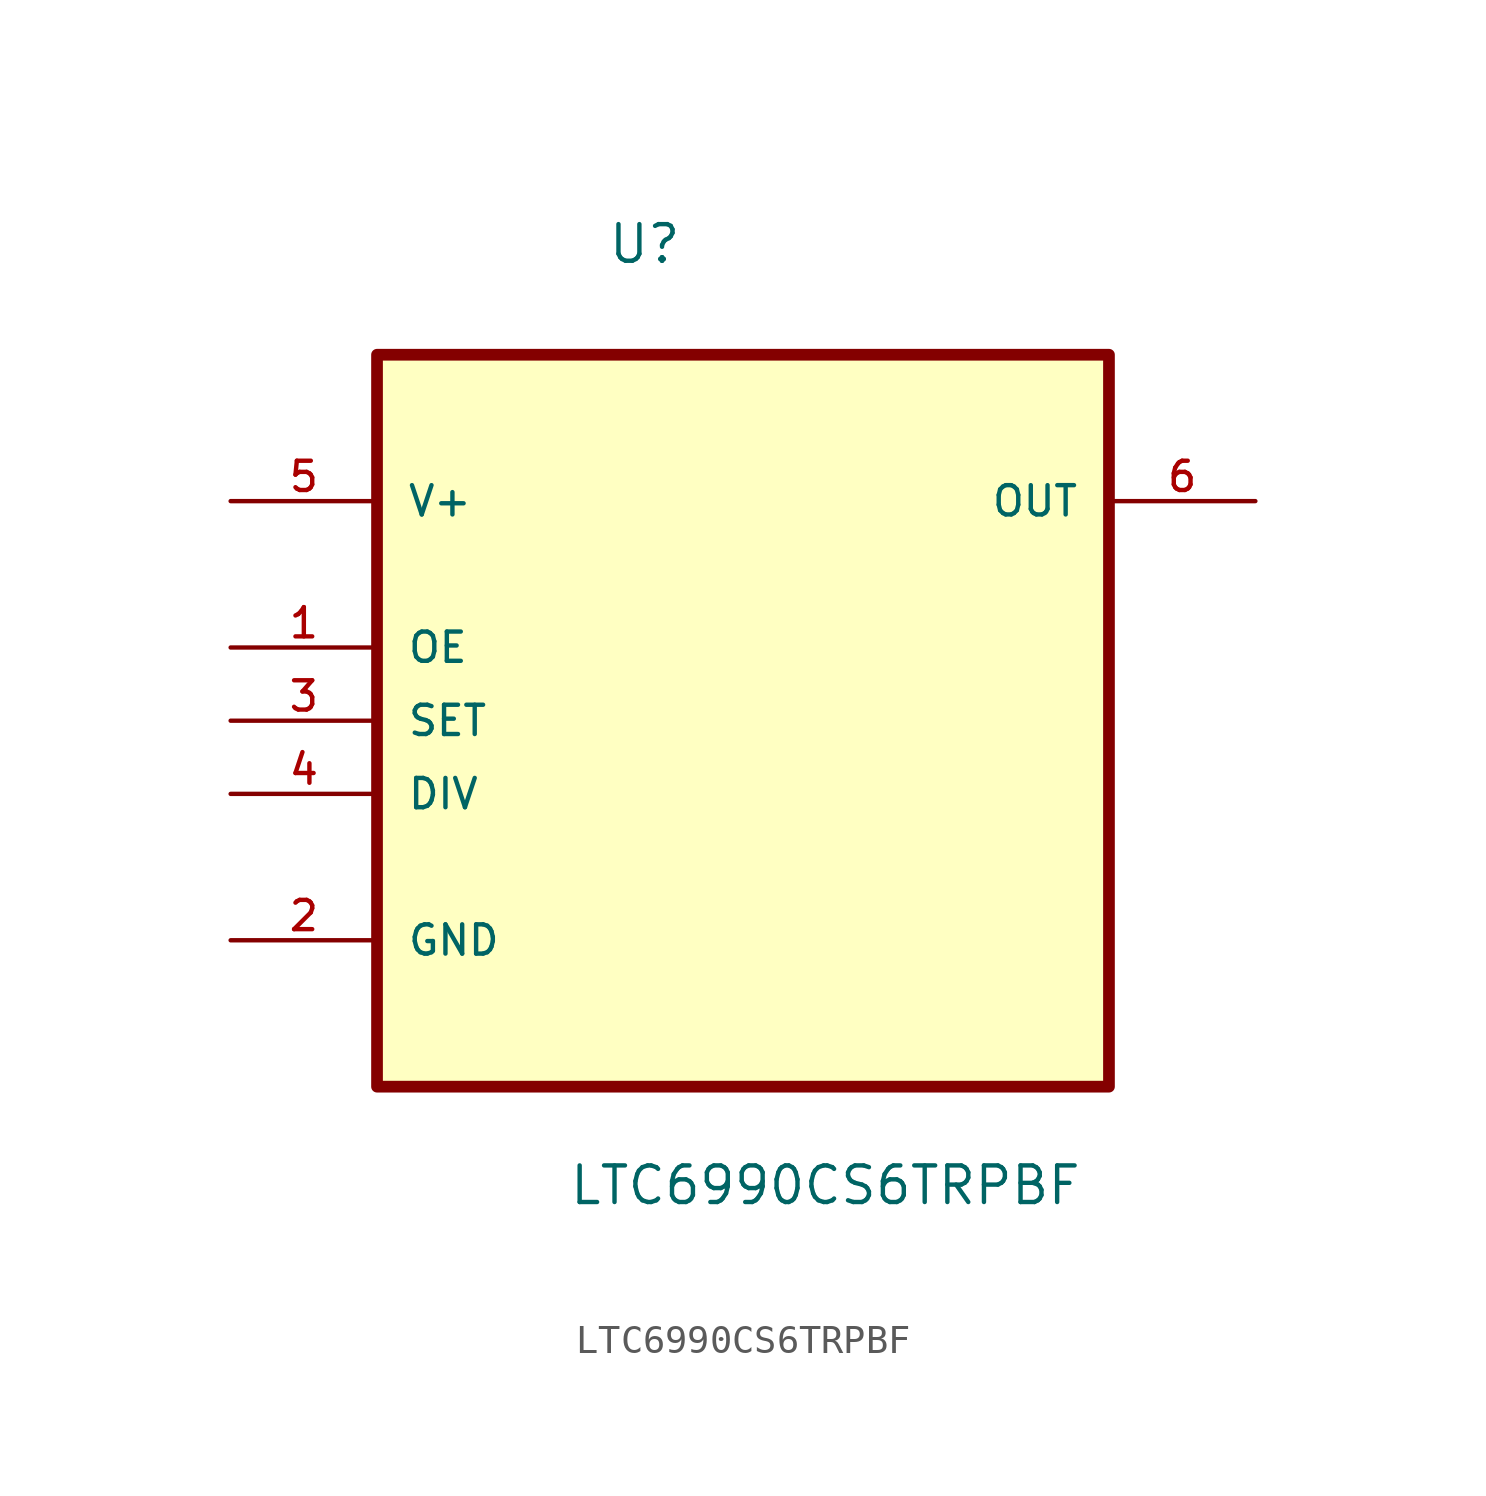
<source format=kicad_sym>
(kicad_symbol_lib
  (version 20211014)
  (generator kicad_symbol_editor)
  (symbol "LTC6990CS6TRPBF"
    (pin_names
      (offset 1.016))
    (property "Reference" "U"
      (at -4.724 13.259 0.0)
      (effects (font (size 1.27 1.27)) (justify bottom left)))
    (property "Value" "LTC6990CS6TRPBF"
      (at -6.071 -19.406 0.0)
      (effects (font (size 1.27 1.27)) (justify bottom left)))
    (symbol "LTC6990CS6TRPBF_0_0"
      (rectangle (start -12.7 -15.24) (end 12.7 10.16) (stroke (width 0.406)) (fill (type background)))
      (pin power_in line (at -17.78 5.08 0) (length 5.08) (name "V+" (effects (font (size 1.016 1.016)))) (number "5" (effects (font (size 1.016 1.016)))))
      (pin input line (at -17.78 0.0 0) (length 5.08) (name "OE" (effects (font (size 1.016 1.016)))) (number "1" (effects (font (size 1.016 1.016)))))
      (pin input line (at -17.78 -2.54 0) (length 5.08) (name "SET" (effects (font (size 1.016 1.016)))) (number "3" (effects (font (size 1.016 1.016)))))
      (pin input line (at -17.78 -5.08 0) (length 5.08) (name "DIV" (effects (font (size 1.016 1.016)))) (number "4" (effects (font (size 1.016 1.016)))))
      (pin passive line (at -17.78 -10.16 0) (length 5.08) (name "GND" (effects (font (size 1.016 1.016)))) (number "2" (effects (font (size 1.016 1.016)))))
      (pin output line (at 17.78 5.08 180.0) (length 5.08) (name "OUT" (effects (font (size 1.016 1.016)))) (number "6" (effects (font (size 1.016 1.016))))))))
</source>
